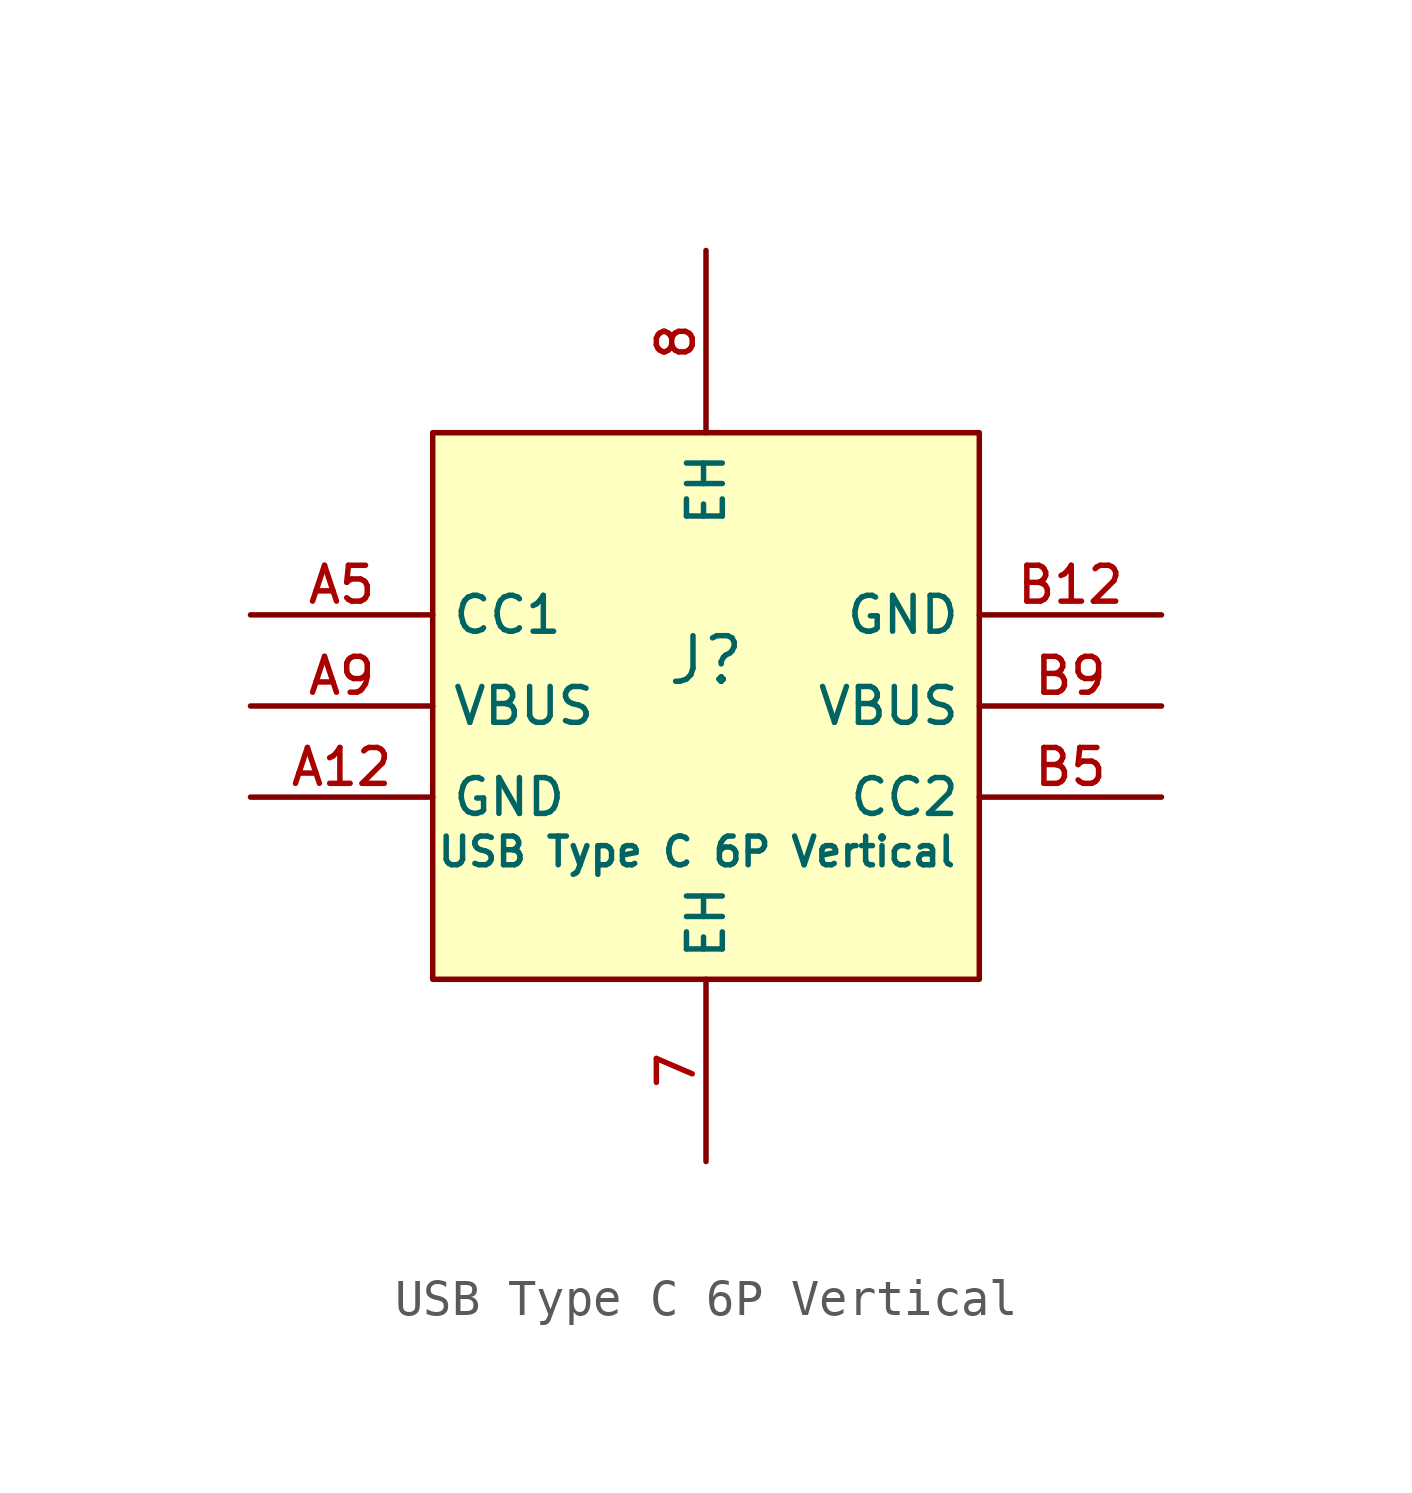
<source format=kicad_sym>
(kicad_symbol_lib
  (version 20231120)
  (generator "CDFER_Archive_Tool")
  (generator_version "0.0")
  (symbol "USB Type C 6P Vertical"
    (property "Reference" "J"
      (at 0 1.27 0)
      (effects (font (size 1.27 1.27))))
    (property "Value" "USB Type C 6P Vertical"
      (at -0.254 -4.064 0)
      (effects (font (size 0.8 0.8))))
    (symbol "USB Type C 6P Vertical_0_1"
      (rectangle (start -7.62 7.62) (end 7.62 -7.62) (stroke (width 0) (type default)) (fill (type background)))
      (pin unspecified line (at 0 -12.7 90) (length 5.08) (name "EH" (effects (font (size 1 1)))) (number "7" (effects (font (size 1 1)))))
      (pin unspecified line (at 0 12.7 270) (length 5.08) (name "EH" (effects (font (size 1 1)))) (number "8" (effects (font (size 1 1)))))
      (pin unspecified line (at -12.7 -2.54 0) (length 5.08) (name "GND" (effects (font (size 1 1)))) (number "A12" (effects (font (size 1 1)))))
      (pin unspecified line (at -12.7 2.54 0) (length 5.08) (name "CC1" (effects (font (size 1 1)))) (number "A5" (effects (font (size 1 1)))))
      (pin unspecified line (at -12.7 0 0) (length 5.08) (name "VBUS" (effects (font (size 1 1)))) (number "A9" (effects (font (size 1 1)))))
      (pin unspecified line (at 12.7 2.54 180) (length 5.08) (name "GND" (effects (font (size 1 1)))) (number "B12" (effects (font (size 1 1)))))
      (pin unspecified line (at 12.7 -2.54 180) (length 5.08) (name "CC2" (effects (font (size 1 1)))) (number "B5" (effects (font (size 1 1)))))
      (pin unspecified line (at 12.7 0 180) (length 5.08) (name "VBUS" (effects (font (size 1 1)))) (number "B9" (effects (font (size 1 1))))))))
</source>
